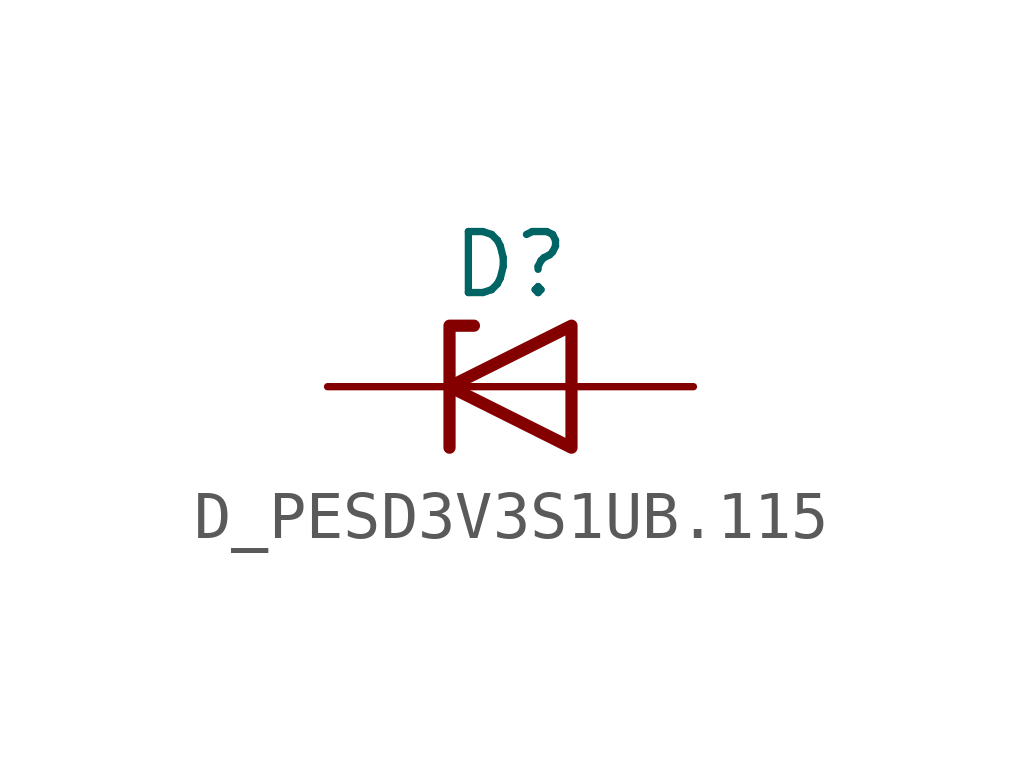
<source format=kicad_sym>
(kicad_symbol_lib
  (version 20220914)
  (generator kicad_symbol_editor)
  (symbol "D_PESD3V3S1UB.115"
    (pin_numbers hide)
    (pin_names
      (offset 1.016) hide)
    (property "Reference" "D"
      (at 0 2.54 0)
      (effects (font (size 1.27 1.27))))
    (symbol "D_PESD3V3S1UB.115_0_1"
      (polyline (pts (xy 1.27 0) (xy -1.27 0)) (stroke (width 0) (type default)) (fill (type none)))
      (polyline (pts (xy -1.27 -1.27) (xy -1.27 1.27) (xy -0.762 1.27)) (stroke (width 0.254) (type default)) (fill (type none)))
      (polyline (pts (xy 1.27 -1.27) (xy 1.27 1.27) (xy -1.27 0) (xy 1.27 -1.27)) (stroke (width 0.254) (type default)) (fill (type none))))
    (symbol "D_PESD3V3S1UB.115_1_1"
      (pin passive line (at -3.81 0 0) (length 2.54) (name "K" (effects (font (size 1.27 1.27)))) (number "1" (effects (font (size 1.27 1.27)))))
      (pin passive line (at 3.81 0 180) (length 2.54) (name "A" (effects (font (size 1.27 1.27)))) (number "2" (effects (font (size 1.27 1.27))))))))
</source>
